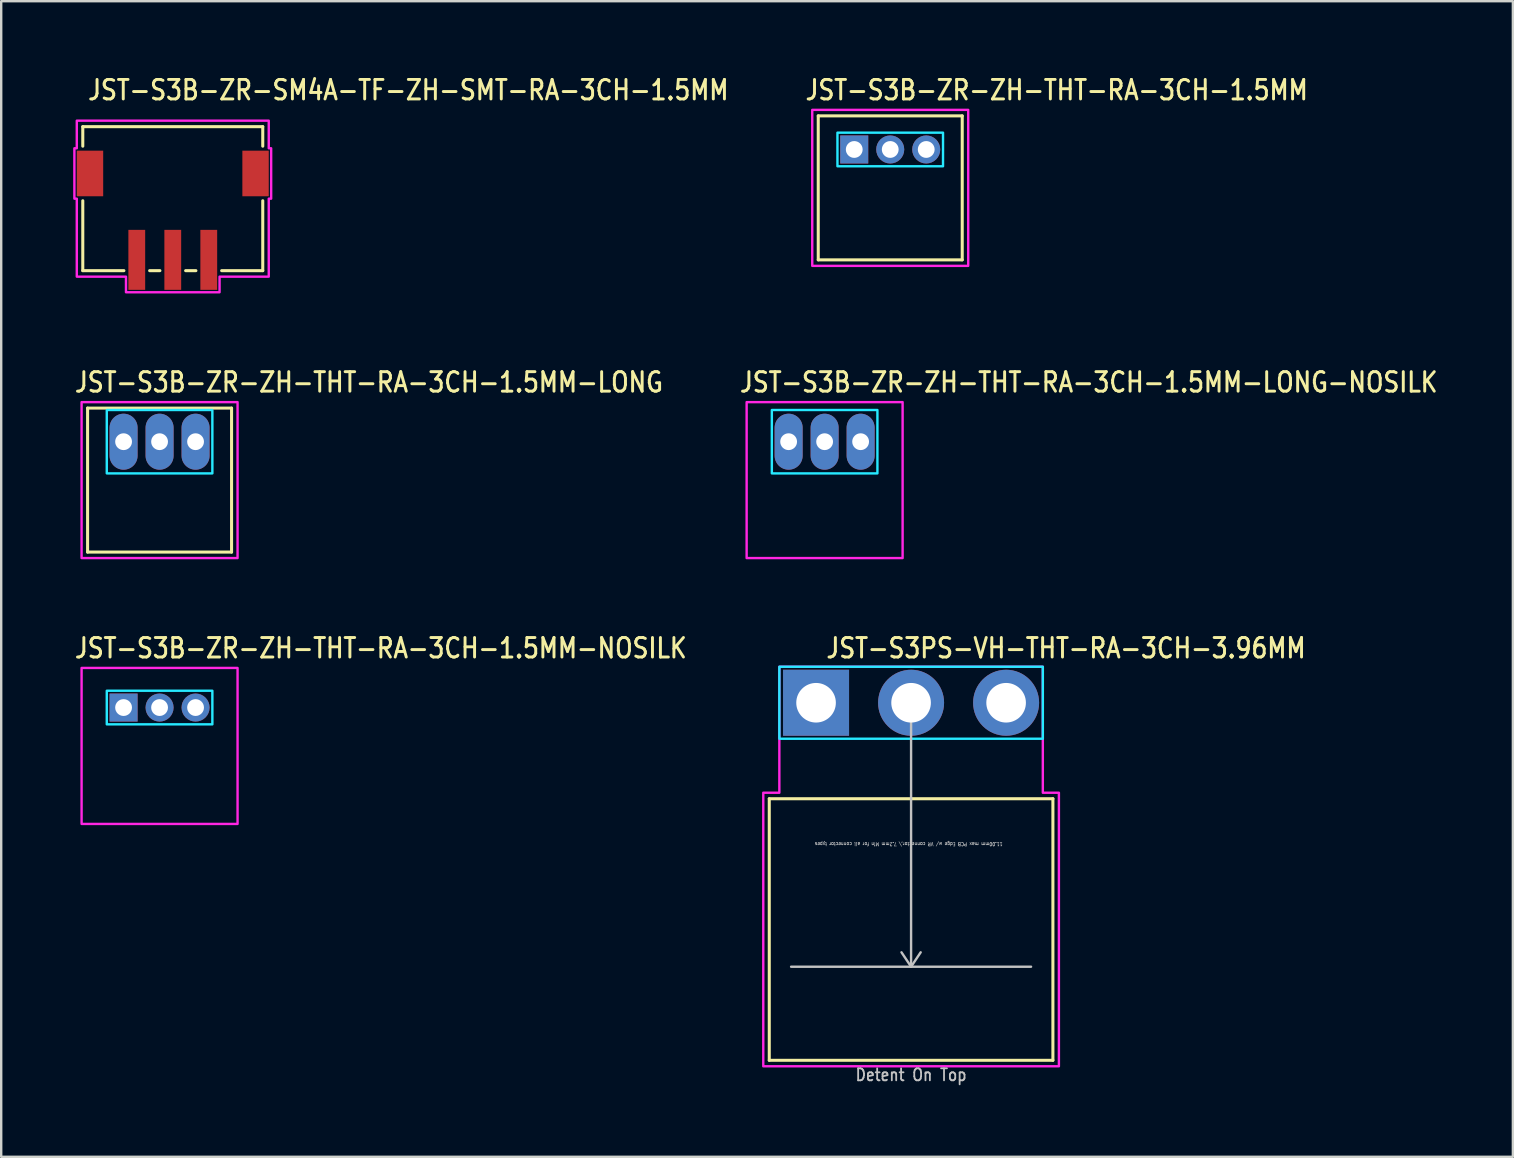
<source format=kicad_pcb>
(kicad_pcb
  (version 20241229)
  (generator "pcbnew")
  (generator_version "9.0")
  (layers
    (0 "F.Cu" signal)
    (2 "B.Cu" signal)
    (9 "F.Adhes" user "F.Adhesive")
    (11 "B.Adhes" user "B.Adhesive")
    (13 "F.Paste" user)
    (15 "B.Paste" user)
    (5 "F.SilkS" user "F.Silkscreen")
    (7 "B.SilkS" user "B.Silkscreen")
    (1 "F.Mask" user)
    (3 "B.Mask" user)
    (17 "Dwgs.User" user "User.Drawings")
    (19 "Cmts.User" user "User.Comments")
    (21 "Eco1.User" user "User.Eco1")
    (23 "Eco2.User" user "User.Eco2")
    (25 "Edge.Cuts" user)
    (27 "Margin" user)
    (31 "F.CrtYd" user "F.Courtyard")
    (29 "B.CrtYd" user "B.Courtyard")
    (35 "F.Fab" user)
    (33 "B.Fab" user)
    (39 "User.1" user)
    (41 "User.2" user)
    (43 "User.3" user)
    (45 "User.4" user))
  (footprint "JST-S3PS-VH-THT-RA-3CH-3.96MM"
    (layer "F.Cu")
    (at 34.918 26.236)
    (property "Reference" "JST-S3PS-VH-THT-RA-3CH-3.96MM" (at -3.6 -1.8 0) (unlocked yes) (layer "F.SilkS") (effects (font (size 0.813 0.695) (thickness 0.122)) (justify left bottom)))
    (fp_line (start -5.91 4) (end 5.91 4) (stroke (width 0.127) (type solid)) (layer "F.SilkS"))
    (fp_line (start -5.91 14.9) (end -5.91 4) (stroke (width 0.127) (type solid)) (layer "F.SilkS"))
    (fp_line (start -5.91 14.9) (end 5.91 14.9) (stroke (width 0.127) (type solid)) (layer "F.SilkS"))
    (fp_line (start 5.91 4) (end 5.91 14.9) (stroke (width 0.127) (type solid)) (layer "F.SilkS"))
    (fp_line (start -5 11) (end 5 11) (stroke (width 0.1) (type solid)) (layer "Dwgs.User"))
    (fp_line (start 0 0) (end -0.4 0.6) (stroke (width 0.1) (type solid)) (layer "Dwgs.User"))
    (fp_line (start 0 0) (end 0 11) (stroke (width 0.1) (type solid)) (layer "Dwgs.User"))
    (fp_line (start 0 0) (end 0.4 0.6) (stroke (width 0.1) (type solid)) (layer "Dwgs.User"))
    (fp_line (start 0 11) (end -0.4 10.4) (stroke (width 0.1) (type solid)) (layer "Dwgs.User"))
    (fp_line (start 0 11) (end 0.4 10.4) (stroke (width 0.1) (type solid)) (layer "Dwgs.User"))
    (fp_poly (pts (xy -5.49 -1.5) (xy -5.49 1.5) (xy 5.49 1.5) (xy 5.49 -1.5)) (stroke (width 0.1) (type solid)) (fill no) (layer "B.CrtYd"))
    (fp_poly (pts (xy -6.16 3.75) (xy -6.16 15.15) (xy 6.16 15.15) (xy 6.16 3.75) (xy 5.49 3.75) (xy 5.49 -1.5) (xy -5.49 -1.5) (xy -5.49 3.75)) (stroke (width 0.1) (type solid)) (fill no) (layer "F.CrtYd"))
    (fp_text user "11.00mm max PCB Edge w/ VR connector,\\ 7.2mm Min for all connector types" (at -0.1 5.8 180) (unlocked yes) (layer "Dwgs.User") (effects (font (size 0.15 0.128) (thickness 0.022)) (justify bottom)))
    (fp_text user "Detent On Top" (at 0 15.8 0) (unlocked yes) (layer "Dwgs.User") (effects (font (size 0.5 0.427) (thickness 0.075)) (justify bottom)))
    (pad "1" thru_hole rect (at -3.96 0) (size 2.75 2.75) (drill 1.65) (layers "*.Cu" "*.Mask"))
    (pad "2" thru_hole oval (at 0 0) (size 2.75 2.75) (drill 1.65) (layers "*.Cu" "*.Mask"))
    (pad "3" thru_hole oval (at 3.96 0) (size 2.75 2.75) (drill 1.65) (layers "*.Cu" "*.Mask")))
  (footprint "JST-S3B-ZR-ZH-THT-RA-3CH-1.5MM-LONG"
    (layer "F.Cu")
    (at 3.6 15.357)
    (property "Reference" "JST-S3B-ZR-ZH-THT-RA-3CH-1.5MM-LONG" (at -3.6 -2 0) (unlocked yes) (layer "F.SilkS") (effects (font (size 0.813 0.695) (thickness 0.122)) (justify left bottom)))
    (fp_line (start -3 -1.4) (end 3 -1.4) (stroke (width 0.127) (type solid)) (layer "F.SilkS"))
    (fp_line (start -3 4.6) (end -3 -1.4) (stroke (width 0.127) (type solid)) (layer "F.SilkS"))
    (fp_line (start -3 4.6) (end 3 4.6) (stroke (width 0.127) (type solid)) (layer "F.SilkS"))
    (fp_line (start 3 -1.4) (end 3 4.6) (stroke (width 0.127) (type solid)) (layer "F.SilkS"))
    (fp_poly (pts (xy -2.2 -1.32) (xy -2.2 1.32) (xy 2.2 1.32) (xy 2.2 -1.32)) (stroke (width 0.1) (type solid)) (fill no) (layer "B.CrtYd"))
    (fp_poly (pts (xy -3.25 -1.65) (xy -3.25 4.85) (xy 3.25 4.85) (xy 3.25 -1.65)) (stroke (width 0.1) (type solid)) (fill no) (layer "F.CrtYd"))
    (pad "1" thru_hole oval (at -1.5 0 90) (size 2.333 1.167) (drill 0.7) (layers "*.Cu" "*.Mask"))
    (pad "2" thru_hole oval (at 0 0 90) (size 2.333 1.167) (drill 0.7) (layers "*.Cu" "*.Mask"))
    (pad "3" thru_hole oval (at 1.5 0 90) (size 2.333 1.167) (drill 0.7) (layers "*.Cu" "*.Mask")))
  (footprint "JST-S3B-ZR-ZH-THT-RA-3CH-1.5MM"
    (layer "F.Cu")
    (at 34.049 3.179)
    (property "Reference" "JST-S3B-ZR-ZH-THT-RA-3CH-1.5MM" (at -3.6 -2 0) (unlocked yes) (layer "F.SilkS") (effects (font (size 0.813 0.695) (thickness 0.122)) (justify left bottom)))
    (fp_line (start -3 -1.4) (end 3 -1.4) (stroke (width 0.127) (type solid)) (layer "F.SilkS"))
    (fp_line (start -3 4.6) (end -3 -1.4) (stroke (width 0.127) (type solid)) (layer "F.SilkS"))
    (fp_line (start -3 4.6) (end 3 4.6) (stroke (width 0.127) (type solid)) (layer "F.SilkS"))
    (fp_line (start 3 -1.4) (end 3 4.6) (stroke (width 0.127) (type solid)) (layer "F.SilkS"))
    (fp_poly (pts (xy -2.2 -0.7) (xy -2.2 0.7) (xy 2.2 0.7) (xy 2.2 -0.7)) (stroke (width 0.1) (type solid)) (fill no) (layer "B.CrtYd"))
    (fp_poly (pts (xy -3.25 -1.65) (xy -3.25 4.85) (xy 3.25 4.85) (xy 3.25 -1.65)) (stroke (width 0.1) (type solid)) (fill no) (layer "F.CrtYd"))
    (pad "1" thru_hole rect (at -1.5 0) (size 1.167 1.167) (drill 0.7) (layers "*.Cu" "*.Mask"))
    (pad "2" thru_hole oval (at 0 0) (size 1.167 1.167) (drill 0.7) (layers "*.Cu" "*.Mask"))
    (pad "3" thru_hole oval (at 1.5 0) (size 1.167 1.167) (drill 0.7) (layers "*.Cu" "*.Mask")))
  (footprint "JST-S3B-ZR-ZH-THT-RA-3CH-1.5MM-NOSILK"
    (layer "F.Cu")
    (at 3.6 26.436)
    (property "Reference" "JST-S3B-ZR-ZH-THT-RA-3CH-1.5MM-NOSILK" (at -3.6 -2 0) (unlocked yes) (layer "F.SilkS") (effects (font (size 0.813 0.695) (thickness 0.122)) (justify left bottom)))
    (fp_poly (pts (xy -2.2 -0.7) (xy -2.2 0.7) (xy 2.2 0.7) (xy 2.2 -0.7)) (stroke (width 0.1) (type solid)) (fill no) (layer "B.CrtYd"))
    (fp_poly (pts (xy -3.25 -1.65) (xy -3.25 4.85) (xy 3.25 4.85) (xy 3.25 -1.65)) (stroke (width 0.1) (type solid)) (fill no) (layer "F.CrtYd"))
    (pad "1" thru_hole rect (at -1.5 0) (size 1.167 1.167) (drill 0.7) (layers "*.Cu" "*.Mask"))
    (pad "2" thru_hole oval (at 0 0) (size 1.167 1.167) (drill 0.7) (layers "*.Cu" "*.Mask"))
    (pad "3" thru_hole oval (at 1.5 0) (size 1.167 1.167) (drill 0.7) (layers "*.Cu" "*.Mask")))
  (footprint "JST-S3B-ZR-SM4A-TF-ZH-SMT-RA-3CH-1.5MM"
    (layer "F.Cu")
    (at 4.15 4.179)
    (property "Reference" "JST-S3B-ZR-SM4A-TF-ZH-SMT-RA-3CH-1.5MM" (at -3.6 -3 0) (unlocked yes) (layer "F.SilkS") (effects (font (size 0.813 0.695) (thickness 0.122)) (justify left bottom)))
    (fp_line (start -3.75 -1.95) (end -3.75 -1.137) (stroke (width 0.127) (type solid)) (layer "F.SilkS"))
    (fp_line (start -3.75 -1.95) (end 3.75 -1.95) (stroke (width 0.127) (type solid)) (layer "F.SilkS"))
    (fp_line (start -3.75 4.05) (end -3.75 1.137) (stroke (width 0.127) (type solid)) (layer "F.SilkS"))
    (fp_line (start -3.75 4.05) (end -2.037 4.05) (stroke (width 0.127) (type solid)) (layer "F.SilkS"))
    (fp_line (start -0.964 4.05) (end -0.536 4.05) (stroke (width 0.127) (type solid)) (layer "F.SilkS"))
    (fp_line (start 0.536 4.05) (end 0.964 4.05) (stroke (width 0.127) (type solid)) (layer "F.SilkS"))
    (fp_line (start 2.037 4.05) (end 3.75 4.05) (stroke (width 0.127) (type solid)) (layer "F.SilkS"))
    (fp_line (start 3.75 -1.137) (end 3.75 -1.95) (stroke (width 0.127) (type solid)) (layer "F.SilkS"))
    (fp_line (start 3.75 1.137) (end 3.75 4.05) (stroke (width 0.127) (type solid)) (layer "F.SilkS"))
    (fp_poly (pts (xy -4 -2.2) (xy -4 -1.05) (xy -4.1 -1.05) (xy -4.1 1.05) (xy -4 1.05) (xy -4 4.3) (xy -1.95 4.3) (xy -1.95 4.95) (xy 1.95 4.95) (xy 1.95 4.3) (xy 4 4.3) (xy 4 1.05) (xy 4.1 1.05) (xy 4.1 -1.05) (xy 4 -1.05) (xy 4 -2.2)) (stroke (width 0.1) (type solid)) (fill no) (layer "F.CrtYd"))
    (pad "1" smd rect (at 1.5 3.6) (size 0.7 2.5) (layers "F.Cu" "F.Mask" "F.Paste"))
    (pad "2" smd rect (at 0 3.6) (size 0.7 2.5) (layers "F.Cu" "F.Mask" "F.Paste"))
    (pad "3" smd rect (at -1.5 3.6) (size 0.7 2.5) (layers "F.Cu" "F.Mask" "F.Paste"))
    (pad "S_1" smd rect (at -3.45 0) (size 1.1 1.9) (layers "F.Cu" "F.Mask" "F.Paste"))
    (pad "S_2" smd rect (at 3.45 0) (size 1.1 1.9) (layers "F.Cu" "F.Mask" "F.Paste")))
  (footprint "JST-S3B-ZR-ZH-THT-RA-3CH-1.5MM-LONG-NOSILK"
    (layer "F.Cu")
    (at 31.315 15.357)
    (property "Reference" "JST-S3B-ZR-ZH-THT-RA-3CH-1.5MM-LONG-NOSILK" (at -3.6 -2 0) (unlocked yes) (layer "F.SilkS") (effects (font (size 0.813 0.695) (thickness 0.122)) (justify left bottom)))
    (fp_poly (pts (xy -2.2 -1.32) (xy -2.2 1.32) (xy 2.2 1.32) (xy 2.2 -1.32)) (stroke (width 0.1) (type solid)) (fill no) (layer "B.CrtYd"))
    (fp_poly (pts (xy -3.25 -1.65) (xy -3.25 4.85) (xy 3.25 4.85) (xy 3.25 -1.65)) (stroke (width 0.1) (type solid)) (fill no) (layer "F.CrtYd"))
    (pad "1" thru_hole oval (at -1.5 0 90) (size 2.333 1.167) (drill 0.7) (layers "*.Cu" "*.Mask"))
    (pad "2" thru_hole oval (at 0 0 90) (size 2.333 1.167) (drill 0.7) (layers "*.Cu" "*.Mask"))
    (pad "3" thru_hole oval (at 1.5 0 90) (size 2.333 1.167) (drill 0.7) (layers "*.Cu" "*.Mask")))
  (gr_rect
    (start -3 -3)
    (end 59.997 45.159)
    (stroke (width 0.1) (type default))
    (fill no)
    (layer "Edge.Cuts")))
</source>
